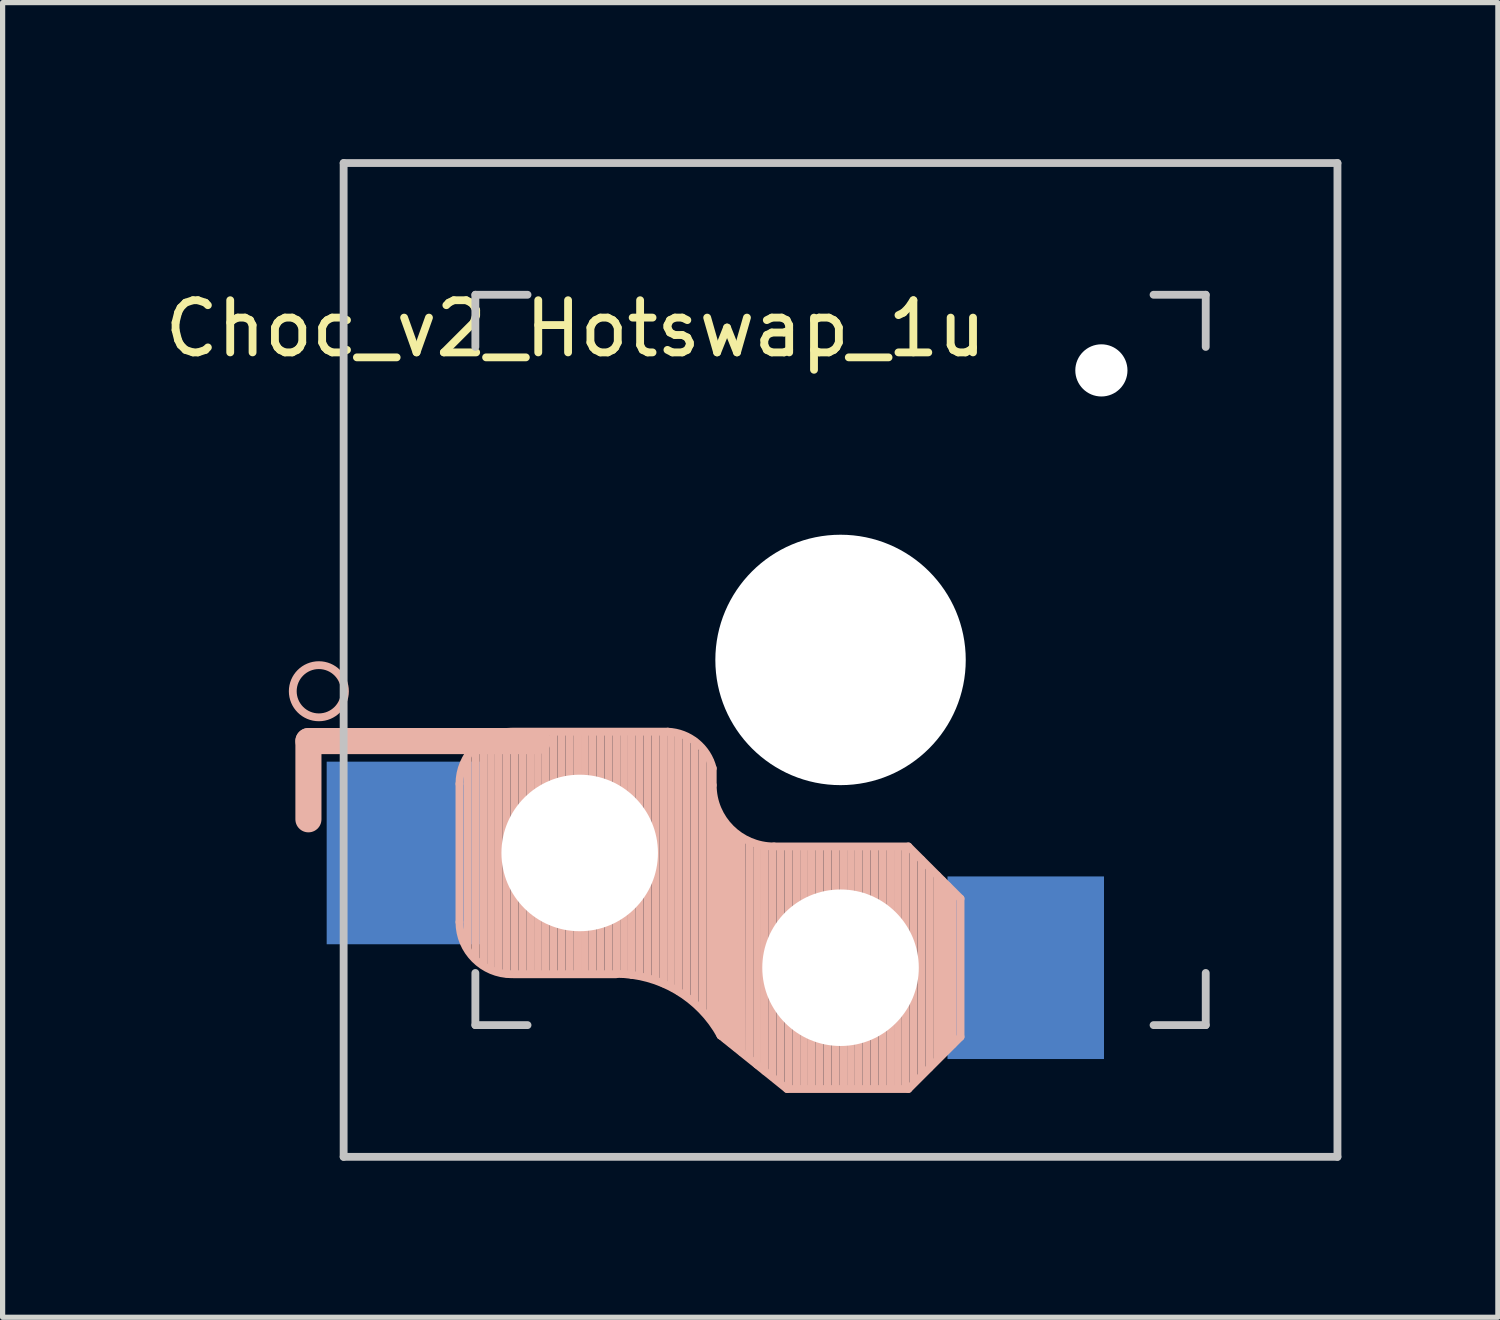
<source format=kicad_pcb>
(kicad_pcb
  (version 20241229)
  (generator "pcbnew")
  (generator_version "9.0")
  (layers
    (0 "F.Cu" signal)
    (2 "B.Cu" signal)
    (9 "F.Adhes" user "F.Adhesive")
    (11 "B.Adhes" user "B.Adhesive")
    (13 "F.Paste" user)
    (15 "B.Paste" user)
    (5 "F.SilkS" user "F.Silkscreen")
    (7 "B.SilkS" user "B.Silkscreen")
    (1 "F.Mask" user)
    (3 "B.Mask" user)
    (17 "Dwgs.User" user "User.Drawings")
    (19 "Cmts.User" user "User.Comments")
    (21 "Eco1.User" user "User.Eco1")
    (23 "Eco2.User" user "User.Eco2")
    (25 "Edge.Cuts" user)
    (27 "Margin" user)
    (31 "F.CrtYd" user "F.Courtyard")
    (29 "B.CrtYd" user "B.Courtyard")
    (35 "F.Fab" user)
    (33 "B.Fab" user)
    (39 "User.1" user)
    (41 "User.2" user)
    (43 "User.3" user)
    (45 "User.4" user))
  (footprint "Choc_v2_Hotswap_1u"
    (layer "F.Cu")
    (at 13.062 9.6)
    (property "Reference" "Choc_v2_Hotswap_1u" (at -5.08 -6.35 180) (layer "F.SilkS") (effects (font (size 1 1) (thickness 0.15))))
    (attr through_hole)
    (fp_line (start -10.2 1.555) (end -10.2 3.055) (stroke (width 0.5) (type default)) (layer "B.SilkS"))
    (fp_line (start -7.305 2.375) (end -7.305 5.025) (stroke (width 0.15) (type solid)) (layer "B.SilkS"))
    (fp_line (start -7.15 5.53) (end -7.15 1.85) (stroke (width 0.15) (type solid)) (layer "B.SilkS"))
    (fp_line (start -7 5.7) (end -7 1.73) (stroke (width 0.15) (type solid)) (layer "B.SilkS"))
    (fp_line (start -6.85 5.84) (end -6.85 1.7) (stroke (width 0.15) (type solid)) (layer "B.SilkS"))
    (fp_line (start -6.7 5.92) (end -6.7 1.8) (stroke (width 0.15) (type solid)) (layer "B.SilkS"))
    (fp_line (start -6.55 5.97) (end -6.55 1.65) (stroke (width 0.15) (type solid)) (layer "B.SilkS"))
    (fp_line (start -6.4 6.01) (end -6.4 1.5) (stroke (width 0.15) (type solid)) (layer "B.SilkS"))
    (fp_line (start -6.25 6) (end -6.25 1.4) (stroke (width 0.15) (type solid)) (layer "B.SilkS"))
    (fp_line (start -6.1 6) (end -6.1 1.4) (stroke (width 0.15) (type solid)) (layer "B.SilkS"))
    (fp_line (start -5.95 6) (end -5.95 1.4) (stroke (width 0.15) (type solid)) (layer "B.SilkS"))
    (fp_line (start -5.8 1.555) (end -10.2 1.555) (stroke (width 0.5) (type default)) (layer "B.SilkS"))
    (fp_line (start -5.8 6) (end -5.8 1.4) (stroke (width 0.15) (type solid)) (layer "B.SilkS"))
    (fp_line (start -5.65 6) (end -5.65 1.4) (stroke (width 0.15) (type solid)) (layer "B.SilkS"))
    (fp_line (start -5.5 6) (end -5.5 1.4) (stroke (width 0.15) (type solid)) (layer "B.SilkS"))
    (fp_line (start -5.35 6) (end -5.35 1.4) (stroke (width 0.15) (type solid)) (layer "B.SilkS"))
    (fp_line (start -5.2 6) (end -5.2 1.4) (stroke (width 0.15) (type solid)) (layer "B.SilkS"))
    (fp_line (start -5.05 6) (end -5.05 1.4) (stroke (width 0.15) (type solid)) (layer "B.SilkS"))
    (fp_line (start -4.9 6) (end -4.9 1.4) (stroke (width 0.15) (type solid)) (layer "B.SilkS"))
    (fp_line (start -4.75 6) (end -4.75 1.4) (stroke (width 0.15) (type solid)) (layer "B.SilkS"))
    (fp_line (start -4.6 6) (end -4.6 1.4) (stroke (width 0.15) (type solid)) (layer "B.SilkS"))
    (fp_line (start -4.45 6) (end -4.45 1.4) (stroke (width 0.15) (type solid)) (layer "B.SilkS"))
    (fp_line (start -4.3 6) (end -4.3 1.4) (stroke (width 0.15) (type solid)) (layer "B.SilkS"))
    (fp_line (start -4.3 6.025) (end -6.275 6.025) (stroke (width 0.15) (type solid)) (layer "B.SilkS"))
    (fp_line (start -4.15 6) (end -4.15 1.45) (stroke (width 0.15) (type solid)) (layer "B.SilkS"))
    (fp_line (start -4 6.04) (end -4 1.4) (stroke (width 0.15) (type solid)) (layer "B.SilkS"))
    (fp_line (start -3.85 6.05) (end -3.85 1.4) (stroke (width 0.15) (type solid)) (layer "B.SilkS"))
    (fp_line (start -3.7 6.05) (end -3.7 1.45) (stroke (width 0.15) (type solid)) (layer "B.SilkS"))
    (fp_line (start -3.55 6.1) (end -3.55 1.39) (stroke (width 0.15) (type solid)) (layer "B.SilkS"))
    (fp_line (start -3.4 6.2) (end -3.4 1.38) (stroke (width 0.15) (type solid)) (layer "B.SilkS"))
    (fp_line (start -3.311 1.375) (end -6.275 1.375) (stroke (width 0.15) (type solid)) (layer "B.SilkS"))
    (fp_line (start -3.25 6.25) (end -3.25 1.4) (stroke (width 0.15) (type solid)) (layer "B.SilkS"))
    (fp_line (start -3.1 6.35) (end -3.1 1.43) (stroke (width 0.15) (type solid)) (layer "B.SilkS"))
    (fp_line (start -2.95 6.45) (end -2.95 1.48) (stroke (width 0.15) (type solid)) (layer "B.SilkS"))
    (fp_line (start -2.8 6.55) (end -2.8 1.56) (stroke (width 0.15) (type solid)) (layer "B.SilkS"))
    (fp_line (start -2.65 6.7) (end -2.65 1.75) (stroke (width 0.15) (type solid)) (layer "B.SilkS"))
    (fp_line (start -2.5 6.85) (end -2.5 1.95) (stroke (width 0.15) (type solid)) (layer "B.SilkS"))
    (fp_line (start -2.45 2.4) (end -2.45 2.077) (stroke (width 0.15) (type default)) (layer "B.SilkS"))
    (fp_line (start -2.4 7.02) (end -2.4 2.9) (stroke (width 0.15) (type solid)) (layer "B.SilkS"))
    (fp_line (start -2.3 7.2) (end -2.3 3.05) (stroke (width 0.15) (type solid)) (layer "B.SilkS"))
    (fp_line (start -2.3 7.2) (end -1.025 8.225) (stroke (width 0.15) (type solid)) (layer "B.SilkS"))
    (fp_line (start -2.2 7.27) (end -2.2 3.25) (stroke (width 0.15) (type solid)) (layer "B.SilkS"))
    (fp_line (start -2.1 7.35) (end -2.1 3.35) (stroke (width 0.15) (type solid)) (layer "B.SilkS"))
    (fp_line (start -2 7.43) (end -2 3.4) (stroke (width 0.15) (type solid)) (layer "B.SilkS"))
    (fp_line (start -1.89 7.52) (end -1.9 3.45) (stroke (width 0.15) (type solid)) (layer "B.SilkS"))
    (fp_line (start -1.75 7.62) (end -1.75 3.5) (stroke (width 0.15) (type solid)) (layer "B.SilkS"))
    (fp_line (start -1.6 7.76) (end -1.6 3.6) (stroke (width 0.15) (type solid)) (layer "B.SilkS"))
    (fp_line (start -1.45 7.88) (end -1.45 3.6) (stroke (width 0.15) (type solid)) (layer "B.SilkS"))
    (fp_line (start -1.3 7.99) (end -1.3 3.6) (stroke (width 0.15) (type solid)) (layer "B.SilkS"))
    (fp_line (start -1.15 8.11) (end -1.15 3.65) (stroke (width 0.15) (type solid)) (layer "B.SilkS"))
    (fp_line (start -1 8.2) (end -1 3.6) (stroke (width 0.15) (type solid)) (layer "B.SilkS"))
    (fp_line (start -0.85 8.2) (end -0.85 3.6) (stroke (width 0.15) (type solid)) (layer "B.SilkS"))
    (fp_line (start -0.7 8.2) (end -0.7 3.6) (stroke (width 0.15) (type solid)) (layer "B.SilkS"))
    (fp_line (start -0.55 8.2) (end -0.55 3.6) (stroke (width 0.15) (type solid)) (layer "B.SilkS"))
    (fp_line (start -0.4 8.2) (end -0.4 3.6) (stroke (width 0.15) (type solid)) (layer "B.SilkS"))
    (fp_line (start -0.25 8.2) (end -0.25 3.6) (stroke (width 0.15) (type solid)) (layer "B.SilkS"))
    (fp_line (start -0.1 8.2) (end -0.1 3.6) (stroke (width 0.15) (type solid)) (layer "B.SilkS"))
    (fp_line (start 0.05 8.2) (end 0.05 3.6) (stroke (width 0.15) (type solid)) (layer "B.SilkS"))
    (fp_line (start 0.2 8.2) (end 0.2 3.6) (stroke (width 0.15) (type solid)) (layer "B.SilkS"))
    (fp_line (start 0.35 8.2) (end 0.35 3.6) (stroke (width 0.15) (type solid)) (layer "B.SilkS"))
    (fp_line (start 0.5 8.2) (end 0.5 3.6) (stroke (width 0.15) (type solid)) (layer "B.SilkS"))
    (fp_line (start 0.65 8.2) (end 0.65 3.6) (stroke (width 0.15) (type solid)) (layer "B.SilkS"))
    (fp_line (start 0.8 8.2) (end 0.8 3.6) (stroke (width 0.15) (type solid)) (layer "B.SilkS"))
    (fp_line (start 0.95 8.2) (end 0.95 3.6) (stroke (width 0.15) (type solid)) (layer "B.SilkS"))
    (fp_line (start 1.1 8.2) (end 1.1 3.6) (stroke (width 0.15) (type solid)) (layer "B.SilkS"))
    (fp_line (start 1.25 8.2) (end 1.25 3.6) (stroke (width 0.15) (type solid)) (layer "B.SilkS"))
    (fp_line (start 1.3 3.575) (end -1.275 3.575) (stroke (width 0.15) (type solid)) (layer "B.SilkS"))
    (fp_line (start 1.3 8.225) (end -1.025 8.225) (stroke (width 0.15) (type solid)) (layer "B.SilkS"))
    (fp_line (start 1.4 8.09) (end 1.4 3.7) (stroke (width 0.15) (type solid)) (layer "B.SilkS"))
    (fp_line (start 1.55 7.95) (end 1.55 3.83) (stroke (width 0.15) (type solid)) (layer "B.SilkS"))
    (fp_line (start 1.7 7.82) (end 1.7 3.99) (stroke (width 0.15) (type solid)) (layer "B.SilkS"))
    (fp_line (start 1.85 7.66) (end 1.85 4.13) (stroke (width 0.15) (type solid)) (layer "B.SilkS"))
    (fp_line (start 1.95 7.56) (end 1.95 4.23) (stroke (width 0.15) (type solid)) (layer "B.SilkS"))
    (fp_line (start 2.05 7.45) (end 2.05 4.33) (stroke (width 0.15) (type solid)) (layer "B.SilkS"))
    (fp_line (start 2.15 7.37) (end 2.15 4.44) (stroke (width 0.15) (type solid)) (layer "B.SilkS"))
    (fp_line (start 2.3 4.575) (end 1.3 3.575) (stroke (width 0.15) (type solid)) (layer "B.SilkS"))
    (fp_line (start 2.3 4.575) (end 2.3 7.225) (stroke (width 0.15) (type solid)) (layer "B.SilkS"))
    (fp_line (start 2.3 7.225) (end 1.3 8.225) (stroke (width 0.15) (type solid)) (layer "B.SilkS"))
    (fp_arc (start -7.305 2.375) (mid -7.012107 1.667893) (end -6.305 1.375) (stroke (width 0.15) (type solid)) (layer "B.SilkS"))
    (fp_arc (start -6.305 6.025) (mid -7.012107 5.732107) (end -7.305 5.025) (stroke (width 0.15) (type solid)) (layer "B.SilkS"))
    (fp_arc (start -4.3 6.017458) (mid -3.138277 6.335211) (end -2.3 7.2) (stroke (width 0.15) (type solid)) (layer "B.SilkS"))
    (fp_arc (start -3.311204 1.375) (mid -2.763915 1.58277) (end -2.45 2.076887) (stroke (width 0.15) (type solid)) (layer "B.SilkS"))
    (fp_arc (start -1.275 3.575) (mid -2.10585 3.23085) (end -2.45 2.4) (stroke (width 0.15) (type solid)) (layer "B.SilkS"))
    (fp_circle (center -10 0.6) (end -9.5 0.6) (stroke (width 0.15) (type default)) (fill no) (layer "B.SilkS"))
    (fp_line (start -9.525 -9.525) (end 9.525 -9.525) (stroke (width 0.15) (type solid)) (layer "Dwgs.User"))
    (fp_line (start -9.525 9.525) (end -9.525 -9.525) (stroke (width 0.15) (type solid)) (layer "Dwgs.User"))
    (fp_line (start -7 -7) (end -6 -7) (stroke (width 0.15) (type solid)) (layer "Dwgs.User"))
    (fp_line (start -7 -6) (end -7 -7) (stroke (width 0.15) (type solid)) (layer "Dwgs.User"))
    (fp_line (start -7 7) (end -7 6) (stroke (width 0.15) (type solid)) (layer "Dwgs.User"))
    (fp_line (start -6 7) (end -7 7) (stroke (width 0.15) (type solid)) (layer "Dwgs.User"))
    (fp_line (start 6 7) (end 7 7) (stroke (width 0.15) (type solid)) (layer "Dwgs.User"))
    (fp_line (start 7 -7) (end 6 -7) (stroke (width 0.15) (type solid)) (layer "Dwgs.User"))
    (fp_line (start 7 -6) (end 7 -7) (stroke (width 0.15) (type solid)) (layer "Dwgs.User"))
    (fp_line (start 7 7) (end 7 6) (stroke (width 0.15) (type solid)) (layer "Dwgs.User"))
    (fp_line (start 9.525 -9.525) (end 9.525 9.525) (stroke (width 0.15) (type solid)) (layer "Dwgs.User"))
    (fp_line (start 9.525 9.525) (end -9.525 9.525) (stroke (width 0.15) (type solid)) (layer "Dwgs.User"))
    (pad "" np_thru_hole circle (at -5 3.7 90) (size 3 3) (drill 3) (layers "*.Cu" "*.Mask"))
    (pad "" np_thru_hole circle (at 0 0 90) (size 4.8 4.8) (drill 4.8) (layers "*.Cu" "*.Mask"))
    (pad "" np_thru_hole circle (at 0 5.9 90) (size 3 3) (drill 3) (layers "*.Cu" "*.Mask"))
    (pad "" np_thru_hole circle (at 5 -5.55) (size 1 1) (drill oval 1) (layers "*.Cu" "*.Mask"))
    (pad "1" smd rect (at -8.35 3.7 180) (size 3 3.5) (layers "B.Cu" "B.Mask" "B.Paste"))
    (pad "2" smd rect (at 3.55 5.9 180) (size 3 3.5) (layers "B.Cu" "B.Mask" "B.Paste")))
  (gr_rect
    (start -3 -3)
    (end 25.662 22.2)
    (stroke (width 0.1) (type default))
    (fill no)
    (layer "Edge.Cuts")))
</source>
